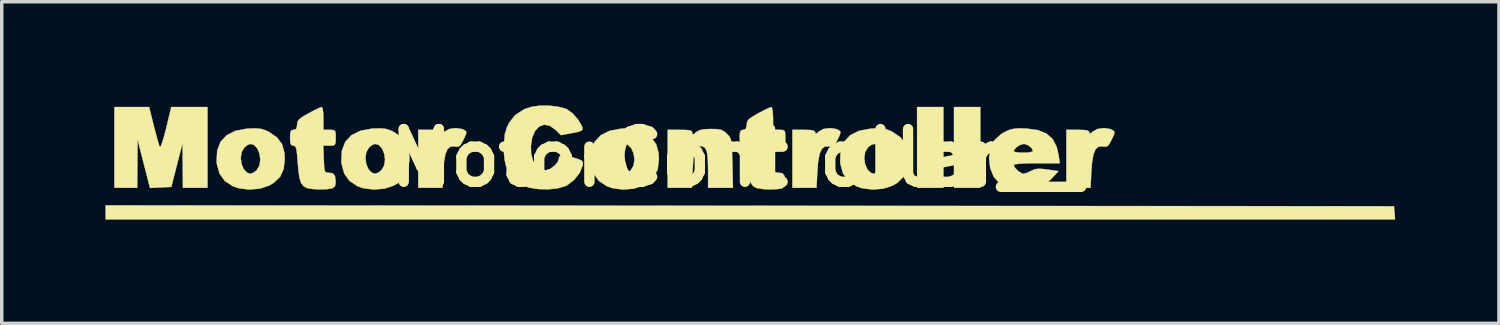
<source format=kicad_pcb>
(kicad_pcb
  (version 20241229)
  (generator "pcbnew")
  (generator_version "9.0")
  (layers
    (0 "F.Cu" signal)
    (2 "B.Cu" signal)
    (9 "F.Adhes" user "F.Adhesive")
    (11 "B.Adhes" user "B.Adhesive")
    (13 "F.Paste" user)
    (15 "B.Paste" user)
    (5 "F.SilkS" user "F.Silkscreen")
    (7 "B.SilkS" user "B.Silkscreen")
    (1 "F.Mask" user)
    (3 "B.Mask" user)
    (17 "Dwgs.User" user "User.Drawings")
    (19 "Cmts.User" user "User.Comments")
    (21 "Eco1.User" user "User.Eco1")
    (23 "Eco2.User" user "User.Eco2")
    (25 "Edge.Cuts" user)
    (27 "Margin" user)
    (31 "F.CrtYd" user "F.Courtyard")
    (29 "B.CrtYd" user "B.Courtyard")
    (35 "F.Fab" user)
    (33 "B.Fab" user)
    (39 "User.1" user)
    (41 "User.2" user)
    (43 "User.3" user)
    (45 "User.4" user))
  (footprint "MotorController__"
    (layer "F.Cu")
    (at 18.242 1.518)
    (property "Reference" "MotorController__" (at 0 0 0) (layer "F.SilkS") (effects (font (size 1.524 1.524) (thickness 0.3))))
    (attr through_hole)
    (fp_poly (pts (xy 5.994 0.864) (xy 5.232 0.864) (xy 5.232 -1.473) (xy 5.994 -1.473) (xy 5.994 0.864)) (stroke (width 0.01) (type solid)) (fill yes) (layer "F.SilkS"))
    (fp_poly (pts (xy 7.061 0.864) (xy 6.299 0.864) (xy 6.299 -1.473) (xy 7.061 -1.473) (xy 7.061 0.864)) (stroke (width 0.01) (type solid)) (fill yes) (layer "F.SilkS"))
    (fp_poly (pts (xy 19.025 1.397) (xy 19.04 1.587) (xy 19.056 1.778) (xy -18.237 1.778) (xy -18.237 1.371) (xy 19.025 1.397)) (stroke (width 0.01) (type solid)) (fill yes) (layer "F.SilkS"))
    (fp_poly (pts (xy -15.291 -1.473) (xy -15.291 0.864) (xy -16.002 0.864) (xy -16.007 0.216) (xy -16.012 -0.432) (xy -16.337 0.838) (xy -16.646 0.853) (xy -16.954 0.868) (xy -17.134 0.167) (xy -17.313 -0.533) (xy -17.323 0.864) (xy -17.983 0.864) (xy -17.983 -1.473) (xy -16.979 -1.473) (xy -16.843 -0.925) (xy -16.784 -0.698) (xy -16.731 -0.504) (xy -16.69 -0.368) (xy -16.669 -0.315) (xy -16.643 -0.337) (xy -16.602 -0.443) (xy -16.549 -0.617) (xy -16.49 -0.843) (xy -16.485 -0.864) (xy -16.338 -1.473) (xy -15.814 -1.473) (xy -15.291 -1.473)) (stroke (width 0.01) (type solid)) (fill yes) (layer "F.SilkS"))
    (fp_poly (pts (xy -7.934 -0.838) (xy -7.872 -0.812) (xy -7.817 -0.776) (xy -7.803 -0.73) (xy -7.832 -0.644) (xy -7.886 -0.531) (xy -7.959 -0.395) (xy -8.019 -0.333) (xy -8.092 -0.324) (xy -8.136 -0.332) (xy -8.255 -0.33) (xy -8.345 -0.26) (xy -8.409 -0.113) (xy -8.451 0.119) (xy -8.472 0.383) (xy -8.497 0.864) (xy -9.195 0.864) (xy -9.195 -0.813) (xy -8.865 -0.813) (xy -8.679 -0.808) (xy -8.576 -0.79) (xy -8.537 -0.754) (xy -8.534 -0.737) (xy -8.519 -0.697) (xy -8.464 -0.732) (xy -8.433 -0.762) (xy -8.296 -0.837) (xy -8.115 -0.864) (xy -7.934 -0.838)) (stroke (width 0.01) (type solid)) (fill yes) (layer "F.SilkS"))
    (fp_poly (pts (xy 2.887 -0.838) (xy 2.949 -0.812) (xy 3.003 -0.776) (xy 3.017 -0.73) (xy 2.988 -0.644) (xy 2.934 -0.531) (xy 2.862 -0.395) (xy 2.802 -0.333) (xy 2.728 -0.324) (xy 2.685 -0.332) (xy 2.565 -0.33) (xy 2.475 -0.26) (xy 2.411 -0.113) (xy 2.369 0.119) (xy 2.348 0.383) (xy 2.323 0.864) (xy 1.626 0.864) (xy 1.626 -0.813) (xy 1.956 -0.813) (xy 2.141 -0.808) (xy 2.244 -0.79) (xy 2.284 -0.754) (xy 2.286 -0.737) (xy 2.301 -0.697) (xy 2.357 -0.732) (xy 2.388 -0.762) (xy 2.524 -0.837) (xy 2.706 -0.864) (xy 2.887 -0.838)) (stroke (width 0.01) (type solid)) (fill yes) (layer "F.SilkS"))
    (fp_poly (pts (xy 10.812 -0.838) (xy 10.873 -0.812) (xy 10.928 -0.776) (xy 10.942 -0.73) (xy 10.913 -0.644) (xy 10.859 -0.531) (xy 10.787 -0.395) (xy 10.726 -0.333) (xy 10.653 -0.324) (xy 10.61 -0.332) (xy 10.49 -0.33) (xy 10.4 -0.26) (xy 10.336 -0.113) (xy 10.294 0.119) (xy 10.273 0.383) (xy 10.248 0.864) (xy 9.55 0.864) (xy 9.55 -0.813) (xy 9.881 -0.813) (xy 10.066 -0.808) (xy 10.169 -0.79) (xy 10.208 -0.754) (xy 10.211 -0.737) (xy 10.226 -0.697) (xy 10.282 -0.732) (xy 10.312 -0.762) (xy 10.449 -0.837) (xy 10.63 -0.864) (xy 10.812 -0.838)) (stroke (width 0.01) (type solid)) (fill yes) (layer "F.SilkS"))
    (fp_poly (pts (xy -0.546 -0.833) (xy -0.424 -0.809) (xy -0.333 -0.757) (xy -0.268 -0.697) (xy -0.212 -0.638) (xy -0.173 -0.579) (xy -0.147 -0.5) (xy -0.131 -0.383) (xy -0.12 -0.209) (xy -0.113 0.041) (xy -0.11 0.153) (xy -0.094 0.864) (xy -0.813 0.864) (xy -0.813 0.394) (xy -0.818 0.111) (xy -0.832 -0.087) (xy -0.859 -0.215) (xy -0.904 -0.292) (xy -0.969 -0.331) (xy -0.976 -0.334) (xy -1.077 -0.344) (xy -1.151 -0.296) (xy -1.203 -0.179) (xy -1.238 0.018) (xy -1.258 0.305) (xy -1.259 0.328) (xy -1.283 0.864) (xy -1.981 0.864) (xy -1.981 -0.813) (xy -1.626 -0.813) (xy -1.436 -0.809) (xy -1.327 -0.795) (xy -1.279 -0.765) (xy -1.27 -0.729) (xy -1.261 -0.677) (xy -1.218 -0.694) (xy -1.163 -0.741) (xy -1.068 -0.8) (xy -0.93 -0.83) (xy -0.732 -0.838) (xy -0.546 -0.833)) (stroke (width 0.01) (type solid)) (fill yes) (layer "F.SilkS"))
    (fp_poly (pts (xy -13.74 -0.841) (xy -13.605 -0.797) (xy -13.513 -0.753) (xy -13.282 -0.595) (xy -13.135 -0.398) (xy -13.065 -0.146) (xy -13.056 0.025) (xy -13.088 0.317) (xy -13.19 0.543) (xy -13.373 0.718) (xy -13.511 0.8) (xy -13.783 0.889) (xy -14.091 0.914) (xy -14.394 0.875) (xy -14.559 0.818) (xy -14.791 0.665) (xy -14.943 0.451) (xy -15.02 0.171) (xy -15.027 0.099) (xy -15.022 -0.001) (xy -14.329 -0.001) (xy -14.307 0.173) (xy -14.243 0.326) (xy -14.144 0.429) (xy -14.046 0.457) (xy -13.956 0.424) (xy -13.868 0.356) (xy -13.788 0.22) (xy -13.763 0.052) (xy -13.785 -0.123) (xy -13.849 -0.275) (xy -13.948 -0.378) (xy -14.046 -0.406) (xy -14.136 -0.373) (xy -14.224 -0.305) (xy -14.304 -0.17) (xy -14.329 -0.001) (xy -15.022 -0.001) (xy -15.011 -0.214) (xy -14.913 -0.467) (xy -14.736 -0.658) (xy -14.48 -0.785) (xy -14.148 -0.847) (xy -14.108 -0.85) (xy -13.894 -0.856) (xy -13.74 -0.841)) (stroke (width 0.01) (type solid)) (fill yes) (layer "F.SilkS"))
    (fp_poly (pts (xy -10.133 -0.841) (xy -9.998 -0.797) (xy -9.906 -0.753) (xy -9.675 -0.595) (xy -9.529 -0.398) (xy -9.459 -0.146) (xy -9.449 0.025) (xy -9.481 0.317) (xy -9.584 0.543) (xy -9.766 0.718) (xy -9.904 0.8) (xy -10.176 0.889) (xy -10.484 0.914) (xy -10.787 0.875) (xy -10.952 0.818) (xy -11.184 0.665) (xy -11.336 0.451) (xy -11.413 0.171) (xy -11.42 0.099) (xy -11.415 -0.001) (xy -10.723 -0.001) (xy -10.7 0.173) (xy -10.636 0.326) (xy -10.537 0.429) (xy -10.439 0.457) (xy -10.349 0.424) (xy -10.262 0.356) (xy -10.182 0.22) (xy -10.156 0.052) (xy -10.179 -0.123) (xy -10.242 -0.275) (xy -10.341 -0.378) (xy -10.439 -0.406) (xy -10.53 -0.373) (xy -10.617 -0.305) (xy -10.697 -0.17) (xy -10.723 -0.001) (xy -11.415 -0.001) (xy -11.404 -0.214) (xy -11.306 -0.467) (xy -11.129 -0.658) (xy -10.873 -0.785) (xy -10.541 -0.847) (xy -10.501 -0.85) (xy -10.287 -0.856) (xy -10.133 -0.841)) (stroke (width 0.01) (type solid)) (fill yes) (layer "F.SilkS"))
    (fp_poly (pts (xy -2.92 -0.841) (xy -2.785 -0.797) (xy -2.693 -0.753) (xy -2.461 -0.595) (xy -2.315 -0.398) (xy -2.245 -0.146) (xy -2.235 0.025) (xy -2.267 0.317) (xy -2.37 0.543) (xy -2.552 0.718) (xy -2.691 0.8) (xy -2.962 0.889) (xy -3.271 0.914) (xy -3.573 0.875) (xy -3.739 0.818) (xy -3.97 0.665) (xy -4.123 0.451) (xy -4.2 0.171) (xy -4.207 0.099) (xy -4.202 -0.001) (xy -3.509 -0.001) (xy -3.487 0.173) (xy -3.423 0.326) (xy -3.324 0.429) (xy -3.226 0.457) (xy -3.136 0.424) (xy -3.048 0.356) (xy -2.968 0.22) (xy -2.943 0.052) (xy -2.965 -0.123) (xy -3.029 -0.275) (xy -3.128 -0.378) (xy -3.226 -0.406) (xy -3.316 -0.373) (xy -3.404 -0.305) (xy -3.484 -0.17) (xy -3.509 -0.001) (xy -4.202 -0.001) (xy -4.19 -0.214) (xy -4.093 -0.467) (xy -3.916 -0.658) (xy -3.66 -0.785) (xy -3.327 -0.847) (xy -3.288 -0.85) (xy -3.074 -0.856) (xy -2.92 -0.841)) (stroke (width 0.01) (type solid)) (fill yes) (layer "F.SilkS"))
    (fp_poly (pts (xy 4.294 -0.841) (xy 4.429 -0.797) (xy 4.521 -0.753) (xy 4.752 -0.595) (xy 4.899 -0.398) (xy 4.969 -0.146) (xy 4.978 0.025) (xy 4.946 0.317) (xy 4.844 0.543) (xy 4.661 0.718) (xy 4.523 0.8) (xy 4.251 0.889) (xy 3.943 0.914) (xy 3.64 0.875) (xy 3.475 0.818) (xy 3.243 0.665) (xy 3.091 0.451) (xy 3.014 0.171) (xy 3.007 0.099) (xy 3.012 -0.001) (xy 3.705 -0.001) (xy 3.727 0.173) (xy 3.791 0.326) (xy 3.89 0.429) (xy 3.988 0.457) (xy 4.078 0.424) (xy 4.166 0.356) (xy 4.246 0.22) (xy 4.271 0.052) (xy 4.249 -0.123) (xy 4.185 -0.275) (xy 4.086 -0.378) (xy 3.988 -0.406) (xy 3.898 -0.373) (xy 3.81 -0.305) (xy 3.73 -0.17) (xy 3.705 -0.001) (xy 3.012 -0.001) (xy 3.023 -0.214) (xy 3.121 -0.467) (xy 3.298 -0.658) (xy 3.554 -0.785) (xy 3.886 -0.847) (xy 3.926 -0.85) (xy 4.14 -0.856) (xy 4.294 -0.841)) (stroke (width 0.01) (type solid)) (fill yes) (layer "F.SilkS"))
    (fp_poly (pts (xy 8.387 -0.851) (xy 8.721 -0.806) (xy 8.973 -0.707) (xy 9.154 -0.546) (xy 9.271 -0.316) (xy 9.323 -0.089) (xy 9.359 0.152) (xy 8.693 0.152) (xy 8.408 0.156) (xy 8.196 0.167) (xy 8.065 0.184) (xy 8.026 0.203) (xy 8.066 0.287) (xy 8.157 0.379) (xy 8.261 0.445) (xy 8.311 0.457) (xy 8.41 0.432) (xy 8.534 0.373) (xy 8.635 0.327) (xy 8.752 0.312) (xy 8.919 0.324) (xy 8.998 0.335) (xy 9.32 0.381) (xy 9.125 0.596) (xy 8.956 0.75) (xy 8.785 0.849) (xy 8.745 0.862) (xy 8.54 0.897) (xy 8.29 0.908) (xy 8.044 0.896) (xy 7.855 0.862) (xy 7.622 0.743) (xy 7.45 0.548) (xy 7.346 0.288) (xy 7.315 0.01) (xy 7.34 -0.195) (xy 8.026 -0.195) (xy 8.072 -0.172) (xy 8.191 -0.156) (xy 8.306 -0.152) (xy 8.459 -0.16) (xy 8.56 -0.18) (xy 8.585 -0.2) (xy 8.543 -0.288) (xy 8.443 -0.368) (xy 8.328 -0.406) (xy 8.319 -0.406) (xy 8.209 -0.376) (xy 8.1 -0.305) (xy 8.033 -0.223) (xy 8.026 -0.195) (xy 7.34 -0.195) (xy 7.35 -0.279) (xy 7.461 -0.505) (xy 7.655 -0.684) (xy 7.773 -0.753) (xy 7.912 -0.816) (xy 8.046 -0.848) (xy 8.213 -0.857) (xy 8.387 -0.851)) (stroke (width 0.01) (type solid)) (fill yes) (layer "F.SilkS"))
    (fp_poly (pts (xy -5.159 -1.484) (xy -4.943 -1.428) (xy -4.89 -1.404) (xy -4.727 -1.284) (xy -4.575 -1.112) (xy -4.467 -0.932) (xy -4.45 -0.885) (xy -4.443 -0.827) (xy -4.476 -0.787) (xy -4.571 -0.755) (xy -4.745 -0.72) (xy -5.071 -0.659) (xy -5.224 -0.812) (xy -5.393 -0.933) (xy -5.555 -0.961) (xy -5.7 -0.907) (xy -5.818 -0.779) (xy -5.901 -0.587) (xy -5.938 -0.339) (xy -5.929 -0.113) (xy -5.868 0.1) (xy -5.749 0.259) (xy -5.588 0.346) (xy -5.507 0.356) (xy -5.385 0.319) (xy -5.258 0.231) (xy -5.162 0.12) (xy -5.131 0.031) (xy -5.111 -0.045) (xy -5.043 -0.076) (xy -4.911 -0.062) (xy -4.724 -0.014) (xy -4.556 0.037) (xy -4.465 0.079) (xy -4.433 0.128) (xy -4.437 0.201) (xy -4.442 0.224) (xy -4.526 0.43) (xy -4.681 0.627) (xy -4.879 0.782) (xy -4.947 0.817) (xy -5.16 0.879) (xy -5.43 0.907) (xy -5.72 0.9) (xy -5.99 0.858) (xy -6.014 0.852) (xy -6.206 0.76) (xy -6.399 0.602) (xy -6.562 0.406) (xy -6.662 0.213) (xy -6.695 0.063) (xy -6.718 -0.141) (xy -6.725 -0.33) (xy -6.688 -0.703) (xy -6.576 -1.007) (xy -6.39 -1.242) (xy -6.13 -1.408) (xy -5.928 -1.476) (xy -5.691 -1.511) (xy -5.421 -1.513) (xy -5.159 -1.484)) (stroke (width 0.01) (type solid)) (fill yes) (layer "F.SilkS"))
    (fp_poly (pts (xy -11.962 -1.427) (xy -11.944 -1.306) (xy -11.938 -1.143) (xy -11.938 -0.813) (xy -11.76 -0.813) (xy -11.651 -0.808) (xy -11.599 -0.775) (xy -11.583 -0.686) (xy -11.582 -0.584) (xy -11.586 -0.444) (xy -11.612 -0.377) (xy -11.681 -0.357) (xy -11.762 -0.356) (xy -11.942 -0.356) (xy -11.927 0.038) (xy -11.918 0.236) (xy -11.905 0.352) (xy -11.879 0.409) (xy -11.834 0.426) (xy -11.786 0.426) (xy -11.666 0.445) (xy -11.603 0.527) (xy -11.583 0.688) (xy -11.583 0.693) (xy -11.602 0.816) (xy -11.673 0.875) (xy -11.697 0.882) (xy -11.85 0.905) (xy -12.047 0.91) (xy -12.245 0.899) (xy -12.4 0.873) (xy -12.43 0.863) (xy -12.519 0.811) (xy -12.583 0.725) (xy -12.628 0.589) (xy -12.659 0.384) (xy -12.681 0.133) (xy -12.699 -0.095) (xy -12.718 -0.239) (xy -12.742 -0.318) (xy -12.777 -0.351) (xy -12.809 -0.356) (xy -12.868 -0.373) (xy -12.896 -0.443) (xy -12.903 -0.584) (xy -12.897 -0.727) (xy -12.869 -0.795) (xy -12.809 -0.813) (xy -12.802 -0.813) (xy -12.726 -0.838) (xy -12.701 -0.929) (xy -12.7 -0.961) (xy -12.689 -1.044) (xy -12.644 -1.113) (xy -12.547 -1.187) (xy -12.377 -1.286) (xy -12.368 -1.291) (xy -12.201 -1.379) (xy -12.067 -1.444) (xy -11.991 -1.473) (xy -11.987 -1.473) (xy -11.962 -1.427)) (stroke (width 0.01) (type solid)) (fill yes) (layer "F.SilkS"))
    (fp_poly (pts (xy 1.043 -1.427) (xy 1.06 -1.306) (xy 1.067 -1.143) (xy 1.067 -0.813) (xy 1.245 -0.813) (xy 1.354 -0.808) (xy 1.406 -0.775) (xy 1.421 -0.686) (xy 1.422 -0.584) (xy 1.419 -0.444) (xy 1.393 -0.377) (xy 1.323 -0.357) (xy 1.242 -0.356) (xy 1.063 -0.356) (xy 1.077 0.038) (xy 1.086 0.236) (xy 1.1 0.352) (xy 1.126 0.409) (xy 1.171 0.426) (xy 1.219 0.426) (xy 1.339 0.445) (xy 1.402 0.527) (xy 1.422 0.688) (xy 1.422 0.693) (xy 1.403 0.816) (xy 1.332 0.875) (xy 1.308 0.882) (xy 1.155 0.905) (xy 0.958 0.91) (xy 0.76 0.899) (xy 0.605 0.873) (xy 0.575 0.863) (xy 0.486 0.811) (xy 0.422 0.725) (xy 0.377 0.589) (xy 0.346 0.384) (xy 0.324 0.133) (xy 0.306 -0.095) (xy 0.287 -0.239) (xy 0.263 -0.318) (xy 0.228 -0.351) (xy 0.196 -0.356) (xy 0.136 -0.373) (xy 0.108 -0.443) (xy 0.102 -0.584) (xy 0.108 -0.727) (xy 0.136 -0.795) (xy 0.196 -0.813) (xy 0.203 -0.813) (xy 0.278 -0.838) (xy 0.304 -0.929) (xy 0.305 -0.961) (xy 0.316 -1.044) (xy 0.36 -1.113) (xy 0.458 -1.187) (xy 0.628 -1.286) (xy 0.637 -1.291) (xy 0.804 -1.379) (xy 0.938 -1.444) (xy 1.014 -1.473) (xy 1.018 -1.473) (xy 1.043 -1.427)) (stroke (width 0.01) (type solid)) (fill yes) (layer "F.SilkS")))
  (gr_rect
    (start -3 -3)
    (end 40.303 6.301)
    (stroke (width 0.1) (type default))
    (fill no)
    (layer "Edge.Cuts")))
</source>
